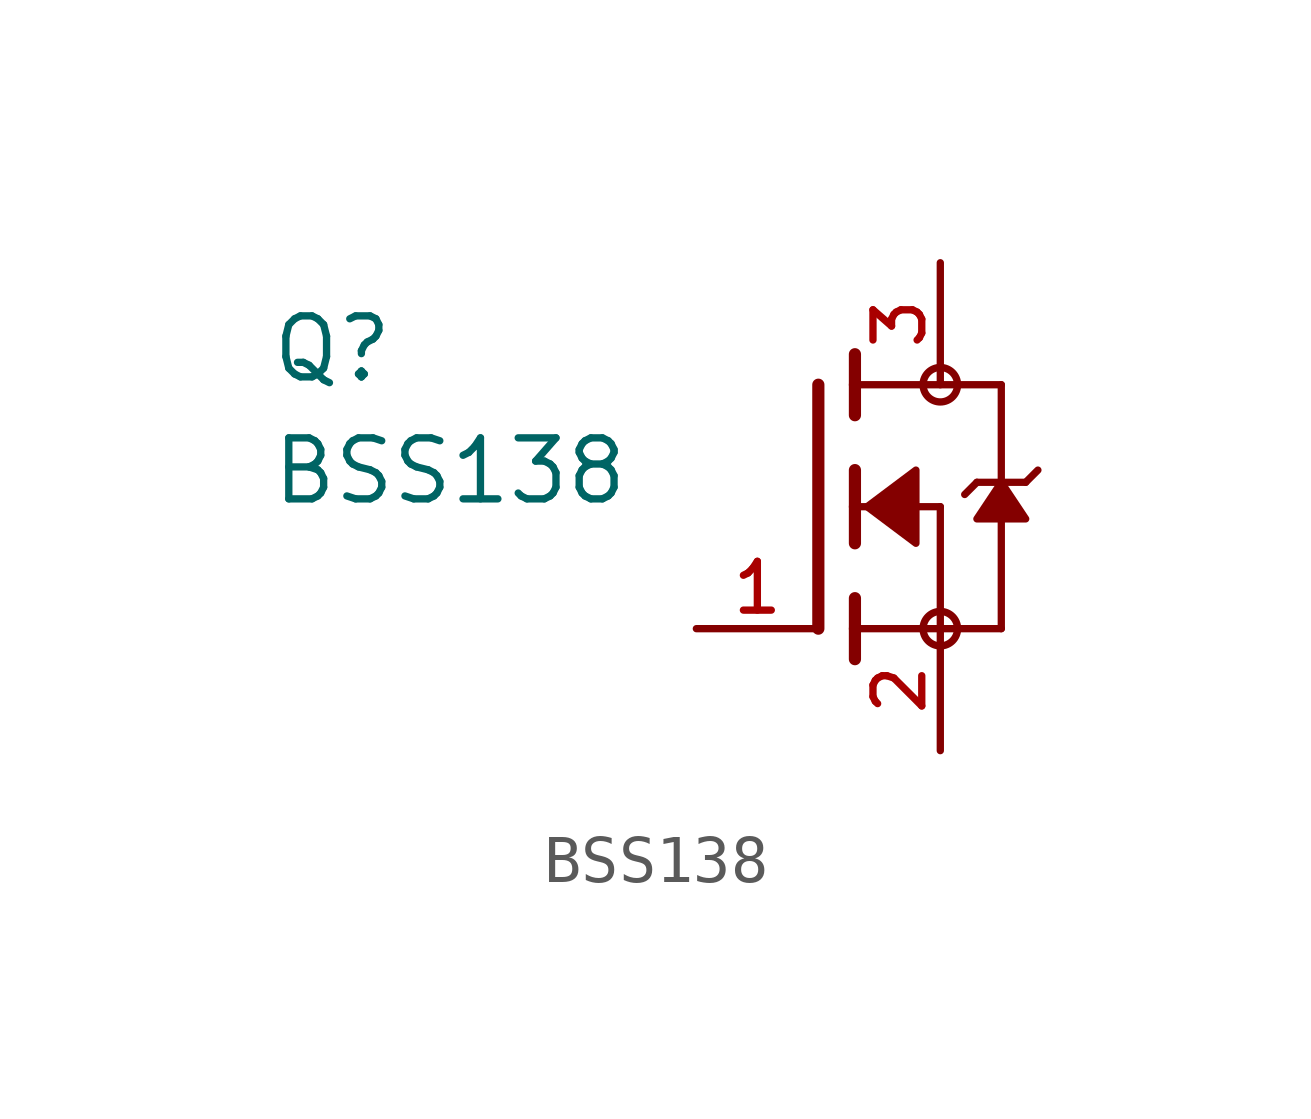
<source format=kicad_sym>
(kicad_symbol_lib
  (version 20211014)
  (generator kicad_symbol_editor)
  (symbol "BSS138"
    (pin_names
      (offset 1.016))
    (property "Reference" "Q"
      (at -11.43 2.54 0)
      (effects (font (size 1.27 1.27)) (justify bottom left)))
    (property "Value" "BSS138"
      (at -11.43 0.0 0)
      (effects (font (size 1.27 1.27)) (justify bottom left)))
    (symbol "BSS138_0_0"
      (polyline (pts (xy 0.762 0.762) (xy 0.762 0.0)) (stroke (width 0.254)))
      (polyline (pts (xy 0.762 0.0) (xy 0.762 -0.762)) (stroke (width 0.254)))
      (polyline (pts (xy 0.762 3.175) (xy 0.762 2.54)) (stroke (width 0.254)))
      (polyline (pts (xy 0.762 2.54) (xy 0.762 1.905)) (stroke (width 0.254)))
      (polyline (pts (xy 0.762 0.0) (xy 2.54 0.0)) (stroke (width 0.152)))
      (polyline (pts (xy 2.54 0.0) (xy 2.54 -2.54)) (stroke (width 0.152)))
      (polyline (pts (xy 0.762 -1.905) (xy 0.762 -2.54)) (stroke (width 0.254)))
      (polyline (pts (xy 0.762 -2.54) (xy 0.762 -3.175)) (stroke (width 0.254)))
      (polyline (pts (xy 0.0 2.54) (xy 0.0 -2.54)) (stroke (width 0.254)))
      (polyline (pts (xy 2.54 -2.54) (xy 0.762 -2.54)) (stroke (width 0.152)))
      (polyline (pts (xy 3.81 2.54) (xy 3.81 0.508)) (stroke (width 0.152)))
      (polyline (pts (xy 3.81 0.508) (xy 3.81 -2.54)) (stroke (width 0.152)))
      (polyline (pts (xy 2.54 -2.54) (xy 3.81 -2.54)) (stroke (width 0.152)))
      (polyline (pts (xy 0.762 2.54) (xy 3.81 2.54)) (stroke (width 0.152)))
      (polyline (pts (xy 4.572 0.762) (xy 4.318 0.508)) (stroke (width 0.152)))
      (polyline (pts (xy 4.318 0.508) (xy 3.81 0.508)) (stroke (width 0.152)))
      (polyline (pts (xy 3.81 0.508) (xy 3.302 0.508)) (stroke (width 0.152)))
      (polyline (pts (xy 3.302 0.508) (xy 3.048 0.254)) (stroke (width 0.152)))
      (circle (center 2.54 -2.54) (radius 0.359) (stroke (width 0.0)) (fill (type none)))
      (circle (center 2.54 2.54) (radius 0.359) (stroke (width 0.0)) (fill (type none)))
      (polyline (pts (xy 3.81 0.508) (xy 3.302 -0.254) (xy 4.318 -0.254) (xy 3.81 0.508)) (stroke (width 0.152)) (fill (type outline)))
      (polyline (pts (xy 1.016 0.0) (xy 2.032 0.762) (xy 2.032 -0.762) (xy 1.016 0.0)) (stroke (width 0.152)) (fill (type outline)))
      (pin passive line (at 2.54 -5.08 90.0) (length 2.54) (name "~" (effects (font (size 1.016 1.016)))) (number "2" (effects (font (size 1.016 1.016)))))
      (pin passive line (at -2.54 -2.54 0) (length 2.54) (name "~" (effects (font (size 1.016 1.016)))) (number "1" (effects (font (size 1.016 1.016)))))
      (pin passive line (at 2.54 5.08 270.0) (length 2.54) (name "~" (effects (font (size 1.016 1.016)))) (number "3" (effects (font (size 1.016 1.016))))))))
</source>
